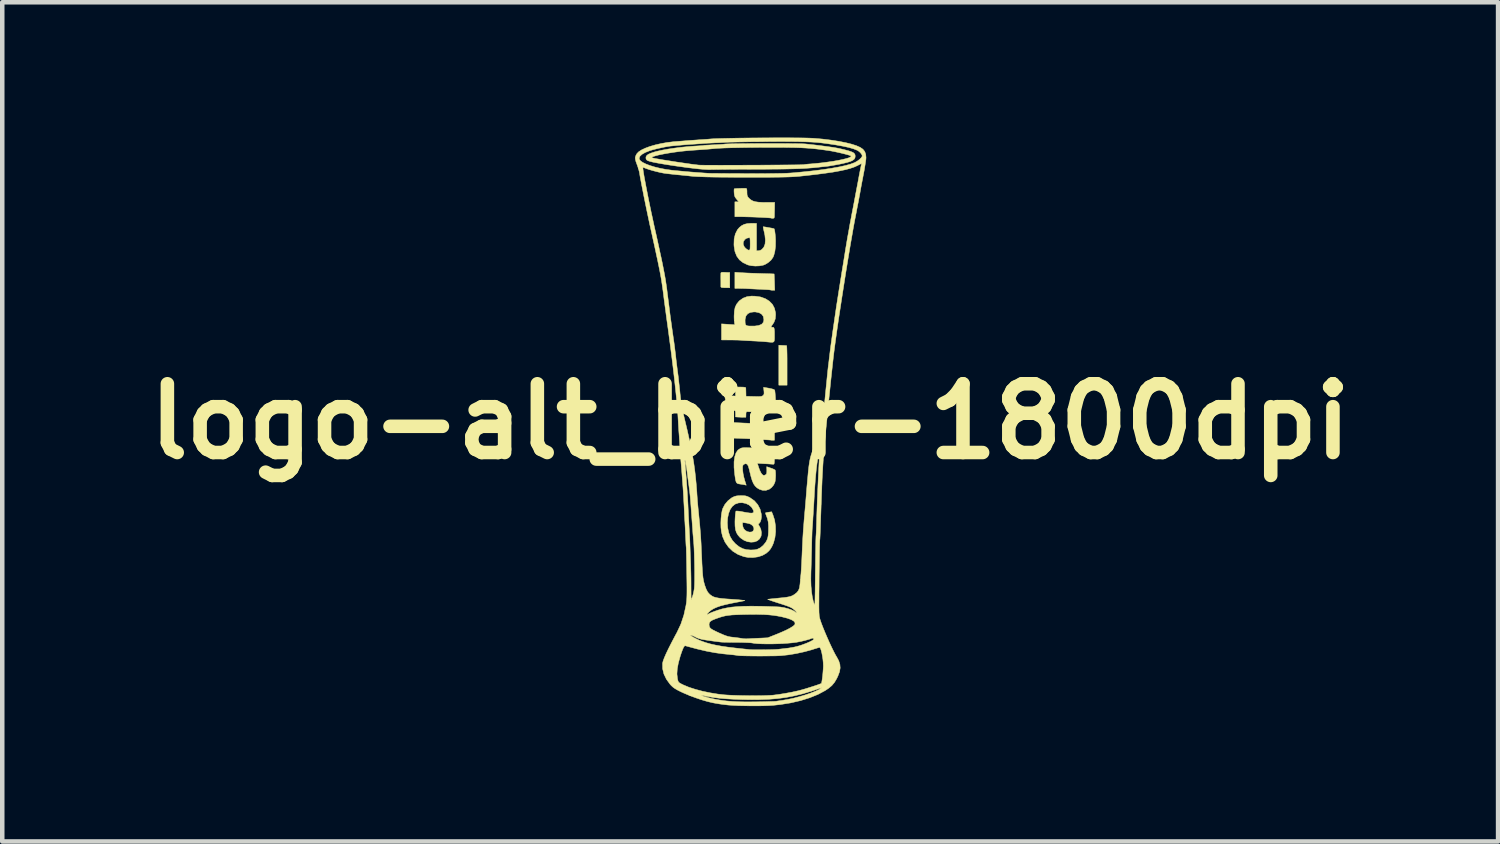
<source format=kicad_pcb>
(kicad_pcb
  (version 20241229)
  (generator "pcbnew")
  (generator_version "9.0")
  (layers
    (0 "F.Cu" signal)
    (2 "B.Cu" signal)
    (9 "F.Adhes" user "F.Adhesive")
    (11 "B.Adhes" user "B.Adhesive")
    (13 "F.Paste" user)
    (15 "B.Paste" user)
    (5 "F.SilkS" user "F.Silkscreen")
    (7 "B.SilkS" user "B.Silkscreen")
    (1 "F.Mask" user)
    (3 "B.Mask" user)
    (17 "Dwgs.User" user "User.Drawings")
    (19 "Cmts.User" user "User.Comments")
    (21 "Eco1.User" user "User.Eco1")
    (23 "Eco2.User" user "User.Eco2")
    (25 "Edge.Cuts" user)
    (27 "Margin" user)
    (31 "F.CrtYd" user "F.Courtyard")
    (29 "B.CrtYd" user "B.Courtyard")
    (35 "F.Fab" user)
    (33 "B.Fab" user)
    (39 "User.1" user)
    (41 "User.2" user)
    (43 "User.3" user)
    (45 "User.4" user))
  (footprint "logo-alt_bier-1800dpi"
    (layer "F.Cu")
    (at 13.578 6.291)
    (property "Reference" "logo-alt_bier-1800dpi" (at 0 0 0) (layer "F.SilkS") (effects (font (size 1.524 1.524) (thickness 0.3))))
    (attr through_hole)
    (fp_poly (pts (xy 0.716 -1.685) (xy 0.762 -1.683) (xy 0.796 -1.681) (xy 0.808 -1.68) (xy 0.81 -1.666) (xy 0.813 -1.628) (xy 0.815 -1.568) (xy 0.817 -1.49) (xy 0.818 -1.397) (xy 0.818 -1.293) (xy 0.818 -1.242) (xy 0.818 -0.804) (xy 0.635 -0.804) (xy 0.635 -1.689) (xy 0.716 -1.685)) (stroke (width 0.01) (type solid)) (fill yes) (layer "F.SilkS"))
    (fp_poly (pts (xy -0.55 -3.304) (xy -0.452 -3.3) (xy -0.452 -2.963) (xy -0.55 -2.963) (xy -0.608 -2.965) (xy -0.64 -2.971) (xy -0.65 -2.981) (xy -0.65 -3.009) (xy -0.65 -3.056) (xy -0.65 -3.113) (xy -0.651 -3.172) (xy -0.651 -3.226) (xy -0.65 -3.268) (xy -0.65 -3.288) (xy -0.644 -3.299) (xy -0.625 -3.305) (xy -0.587 -3.306) (xy -0.55 -3.304)) (stroke (width 0.01) (type solid)) (fill yes) (layer "F.SilkS"))
    (fp_poly (pts (xy -0.208 -3.297) (xy -0.153 -3.294) (xy -0.077 -3.29) (xy 0.014 -3.286) (xy 0.113 -3.283) (xy 0.214 -3.279) (xy 0.226 -3.279) (xy 0.315 -3.276) (xy 0.394 -3.274) (xy 0.459 -3.272) (xy 0.505 -3.27) (xy 0.529 -3.269) (xy 0.531 -3.269) (xy 0.532 -3.255) (xy 0.534 -3.218) (xy 0.536 -3.164) (xy 0.539 -3.097) (xy 0.539 -3.087) (xy 0.545 -2.907) (xy 0.5 -2.907) (xy 0.468 -2.909) (xy 0.45 -2.913) (xy 0.45 -2.913) (xy 0.434 -2.916) (xy 0.395 -2.92) (xy 0.338 -2.923) (xy 0.269 -2.927) (xy 0.232 -2.929) (xy 0.151 -2.932) (xy 0.074 -2.936) (xy 0.008 -2.939) (xy -0.039 -2.942) (xy -0.049 -2.942) (xy -0.1 -2.945) (xy -0.165 -2.947) (xy -0.229 -2.948) (xy -0.339 -2.949) (xy -0.339 -3.306) (xy -0.208 -3.297)) (stroke (width 0.01) (type solid)) (fill yes) (layer "F.SilkS"))
    (fp_poly (pts (xy -0.558 0.011) (xy -0.505 0.015) (xy -0.491 0.016) (xy -0.436 0.02) (xy -0.361 0.025) (xy -0.274 0.03) (xy -0.185 0.034) (xy -0.15 0.036) (xy -0.069 0.039) (xy 0.004 0.043) (xy 0.065 0.046) (xy 0.107 0.049) (xy 0.12 0.05) (xy 0.15 0.052) (xy 0.202 0.055) (xy 0.267 0.056) (xy 0.339 0.058) (xy 0.343 0.058) (xy 0.411 0.06) (xy 0.469 0.063) (xy 0.511 0.068) (xy 0.53 0.073) (xy 0.531 0.074) (xy 0.534 0.092) (xy 0.537 0.133) (xy 0.539 0.19) (xy 0.539 0.252) (xy 0.539 0.416) (xy 0.503 0.418) (xy 0.474 0.417) (xy 0.462 0.415) (xy 0.447 0.413) (xy 0.409 0.41) (xy 0.354 0.407) (xy 0.286 0.403) (xy 0.261 0.402) (xy 0.186 0.398) (xy 0.119 0.394) (xy 0.066 0.391) (xy 0.033 0.388) (xy 0.029 0.387) (xy 0.005 0.385) (xy -0.043 0.383) (xy -0.109 0.38) (xy -0.19 0.377) (xy -0.281 0.373) (xy -0.32 0.372) (xy -0.635 0.362) (xy -0.635 0.189) (xy -0.634 0.107) (xy -0.63 0.049) (xy -0.624 0.017) (xy -0.62 0.011) (xy -0.599 0.01) (xy -0.558 0.011)) (stroke (width 0.01) (type solid)) (fill yes) (layer "F.SilkS"))
    (fp_poly (pts (xy -0.101 -5.166) (xy -0.095 -5.166) (xy -0.081 -5.161) (xy -0.074 -5.143) (xy -0.071 -5.107) (xy -0.071 -5.078) (xy -0.069 -5.029) (xy -0.062 -4.996) (xy -0.046 -4.969) (xy -0.018 -4.939) (xy 0.019 -4.909) (xy 0.061 -4.886) (xy 0.114 -4.87) (xy 0.182 -4.86) (xy 0.27 -4.855) (xy 0.364 -4.854) (xy 0.543 -4.854) (xy 0.541 -4.71) (xy 0.539 -4.645) (xy 0.538 -4.589) (xy 0.537 -4.548) (xy 0.537 -4.533) (xy 0.529 -4.508) (xy 0.503 -4.501) (xy 0.475 -4.504) (xy 0.464 -4.507) (xy 0.449 -4.51) (xy 0.409 -4.513) (xy 0.351 -4.517) (xy 0.278 -4.521) (xy 0.196 -4.525) (xy 0.109 -4.529) (xy 0.022 -4.532) (xy -0.061 -4.534) (xy -0.135 -4.536) (xy -0.194 -4.537) (xy -0.339 -4.537) (xy -0.339 -4.703) (xy -0.339 -4.868) (xy -0.249 -4.868) (xy -0.285 -4.907) (xy -0.314 -4.943) (xy -0.337 -4.977) (xy -0.338 -4.98) (xy -0.347 -5.008) (xy -0.354 -5.05) (xy -0.357 -5.096) (xy -0.357 -5.134) (xy -0.352 -5.156) (xy -0.351 -5.157) (xy -0.336 -5.159) (xy -0.3 -5.162) (xy -0.251 -5.164) (xy -0.196 -5.166) (xy -0.143 -5.166) (xy -0.101 -5.166)) (stroke (width 0.01) (type solid)) (fill yes) (layer "F.SilkS"))
    (fp_poly (pts (xy -0.149 -0.76) (xy -0.112 -0.755) (xy -0.098 -0.746) (xy -0.097 -0.744) (xy -0.096 -0.721) (xy -0.095 -0.68) (xy -0.094 -0.642) (xy -0.092 -0.557) (xy 0.082 -0.553) (xy 0.157 -0.551) (xy 0.209 -0.552) (xy 0.244 -0.555) (xy 0.266 -0.562) (xy 0.282 -0.572) (xy 0.285 -0.574) (xy 0.302 -0.593) (xy 0.308 -0.619) (xy 0.307 -0.659) (xy 0.305 -0.678) (xy 0.297 -0.756) (xy 0.416 -0.736) (xy 0.485 -0.721) (xy 0.528 -0.707) (xy 0.544 -0.693) (xy 0.548 -0.67) (xy 0.553 -0.626) (xy 0.557 -0.568) (xy 0.56 -0.522) (xy 0.562 -0.454) (xy 0.562 -0.406) (xy 0.558 -0.371) (xy 0.548 -0.341) (xy 0.534 -0.31) (xy 0.51 -0.27) (xy 0.484 -0.24) (xy 0.451 -0.22) (xy 0.407 -0.208) (xy 0.348 -0.202) (xy 0.268 -0.202) (xy 0.191 -0.205) (xy 0.113 -0.208) (xy 0.044 -0.212) (xy -0.012 -0.214) (xy -0.049 -0.216) (xy -0.056 -0.216) (xy -0.078 -0.215) (xy -0.089 -0.203) (xy -0.093 -0.173) (xy -0.093 -0.155) (xy -0.095 -0.092) (xy -0.15 -0.092) (xy -0.202 -0.093) (xy -0.258 -0.096) (xy -0.265 -0.096) (xy -0.325 -0.1) (xy -0.325 -0.17) (xy -0.326 -0.213) (xy -0.333 -0.234) (xy -0.348 -0.24) (xy -0.349 -0.24) (xy -0.39 -0.243) (xy -0.435 -0.25) (xy -0.473 -0.257) (xy -0.494 -0.265) (xy -0.495 -0.266) (xy -0.501 -0.282) (xy -0.511 -0.319) (xy -0.523 -0.369) (xy -0.536 -0.425) (xy -0.548 -0.48) (xy -0.558 -0.528) (xy -0.564 -0.56) (xy -0.565 -0.568) (xy -0.552 -0.572) (xy -0.517 -0.574) (xy -0.467 -0.572) (xy -0.445 -0.57) (xy -0.325 -0.562) (xy -0.325 -0.762) (xy -0.212 -0.762) (xy -0.149 -0.76)) (stroke (width 0.01) (type solid)) (fill yes) (layer "F.SilkS"))
    (fp_poly (pts (xy 0.095 -4.39) (xy 0.141 -4.389) (xy 0.141 -3.782) (xy 0.182 -3.782) (xy 0.222 -3.791) (xy 0.257 -3.81) (xy 0.303 -3.862) (xy 0.33 -3.932) (xy 0.337 -4.021) (xy 0.326 -4.129) (xy 0.311 -4.198) (xy 0.299 -4.25) (xy 0.291 -4.291) (xy 0.288 -4.312) (xy 0.288 -4.314) (xy 0.302 -4.314) (xy 0.337 -4.309) (xy 0.383 -4.301) (xy 0.433 -4.292) (xy 0.48 -4.284) (xy 0.515 -4.276) (xy 0.531 -4.271) (xy 0.531 -4.271) (xy 0.539 -4.25) (xy 0.547 -4.207) (xy 0.554 -4.149) (xy 0.56 -4.081) (xy 0.563 -4.01) (xy 0.563 -4.002) (xy 0.561 -3.88) (xy 0.548 -3.772) (xy 0.525 -3.683) (xy 0.507 -3.639) (xy 0.464 -3.578) (xy 0.401 -3.522) (xy 0.33 -3.479) (xy 0.291 -3.464) (xy 0.208 -3.448) (xy 0.114 -3.444) (xy 0.022 -3.452) (xy -0.052 -3.469) (xy -0.155 -3.517) (xy -0.237 -3.581) (xy -0.297 -3.663) (xy -0.337 -3.763) (xy -0.357 -3.884) (xy -0.359 -3.916) (xy -0.359 -3.929) (xy -0.155 -3.929) (xy -0.133 -3.875) (xy -0.107 -3.844) (xy -0.073 -3.815) (xy -0.041 -3.798) (xy -0.03 -3.796) (xy -0.016 -3.798) (xy -0.008 -3.806) (xy -0.003 -3.826) (xy -0.001 -3.863) (xy -0.000011 -3.922) (xy 0 -3.939) (xy -0.001 -4.003) (xy -0.003 -4.044) (xy -0.007 -4.066) (xy -0.014 -4.074) (xy -0.022 -4.073) (xy -0.055 -4.065) (xy -0.065 -4.064) (xy -0.089 -4.055) (xy -0.118 -4.032) (xy -0.121 -4.029) (xy -0.151 -3.982) (xy -0.155 -3.929) (xy -0.359 -3.929) (xy -0.355 -4.045) (xy -0.329 -4.155) (xy -0.283 -4.247) (xy -0.238 -4.3) (xy -0.186 -4.341) (xy -0.13 -4.369) (xy -0.063 -4.385) (xy 0.022 -4.391) (xy 0.095 -4.39)) (stroke (width 0.01) (type solid)) (fill yes) (layer "F.SilkS"))
    (fp_poly (pts (xy 0.105 -2.776) (xy 0.229 -2.759) (xy 0.336 -2.721) (xy 0.424 -2.666) (xy 0.493 -2.595) (xy 0.539 -2.508) (xy 0.562 -2.409) (xy 0.564 -2.363) (xy 0.556 -2.273) (xy 0.528 -2.197) (xy 0.491 -2.141) (xy 0.468 -2.108) (xy 0.466 -2.09) (xy 0.486 -2.086) (xy 0.503 -2.087) (xy 0.519 -2.084) (xy 0.529 -2.069) (xy 0.535 -2.038) (xy 0.539 -1.986) (xy 0.539 -1.91) (xy 0.539 -1.907) (xy 0.539 -1.841) (xy 0.536 -1.796) (xy 0.527 -1.769) (xy 0.506 -1.756) (xy 0.469 -1.754) (xy 0.411 -1.759) (xy 0.36 -1.764) (xy 0.304 -1.769) (xy 0.229 -1.774) (xy 0.142 -1.78) (xy 0.054 -1.784) (xy 0.028 -1.786) (xy -0.049 -1.789) (xy -0.117 -1.793) (xy -0.17 -1.796) (xy -0.204 -1.799) (xy -0.212 -1.8) (xy -0.233 -1.801) (xy -0.277 -1.803) (xy -0.337 -1.804) (xy -0.409 -1.805) (xy -0.434 -1.805) (xy -0.635 -1.806) (xy -0.635 -2.162) (xy -0.485 -2.152) (xy -0.336 -2.142) (xy -0.346 -2.173) (xy -0.35 -2.201) (xy -0.353 -2.241) (xy -0.113 -2.241) (xy -0.111 -2.182) (xy -0.103 -2.145) (xy -0.084 -2.126) (xy -0.05 -2.117) (xy -0.009 -2.114) (xy 0.101 -2.114) (xy 0.187 -2.126) (xy 0.247 -2.15) (xy 0.267 -2.165) (xy 0.293 -2.2) (xy 0.303 -2.243) (xy 0.303 -2.264) (xy 0.291 -2.327) (xy 0.256 -2.376) (xy 0.199 -2.409) (xy 0.121 -2.426) (xy 0.084 -2.427) (xy 0.005 -2.417) (xy -0.054 -2.387) (xy -0.093 -2.338) (xy -0.111 -2.27) (xy -0.113 -2.241) (xy -0.353 -2.241) (xy -0.354 -2.249) (xy -0.356 -2.308) (xy -0.356 -2.341) (xy -0.35 -2.446) (xy -0.333 -2.531) (xy -0.3 -2.6) (xy -0.251 -2.661) (xy -0.229 -2.682) (xy -0.155 -2.733) (xy -0.071 -2.765) (xy 0.028 -2.778) (xy 0.105 -2.776)) (stroke (width 0.01) (type solid)) (fill yes) (layer "F.SilkS"))
    (fp_poly (pts (xy -0.041 0.583) (xy 0.013 0.586) (xy 0.081 0.59) (xy 0.138 0.594) (xy 0.179 0.598) (xy 0.198 0.601) (xy 0.199 0.601) (xy 0.215 0.603) (xy 0.254 0.605) (xy 0.309 0.607) (xy 0.372 0.609) (xy 0.443 0.611) (xy 0.492 0.614) (xy 0.52 0.619) (xy 0.534 0.626) (xy 0.537 0.634) (xy 0.537 0.657) (xy 0.538 0.701) (xy 0.538 0.759) (xy 0.538 0.804) (xy 0.537 0.871) (xy 0.535 0.914) (xy 0.531 0.938) (xy 0.524 0.948) (xy 0.513 0.95) (xy 0.513 0.95) (xy 0.489 0.948) (xy 0.444 0.945) (xy 0.384 0.941) (xy 0.323 0.938) (xy 0.159 0.928) (xy 0.193 1.032) (xy 0.214 1.087) (xy 0.238 1.136) (xy 0.259 1.168) (xy 0.261 1.17) (xy 0.288 1.193) (xy 0.31 1.196) (xy 0.331 1.188) (xy 0.353 1.175) (xy 0.365 1.154) (xy 0.369 1.119) (xy 0.369 1.064) (xy 0.368 1.056) (xy 0.366 1.003) (xy 0.454 1.033) (xy 0.501 1.05) (xy 0.537 1.067) (xy 0.554 1.078) (xy 0.56 1.103) (xy 0.563 1.147) (xy 0.564 1.202) (xy 0.561 1.259) (xy 0.556 1.311) (xy 0.55 1.344) (xy 0.521 1.408) (xy 0.474 1.465) (xy 0.423 1.503) (xy 0.347 1.529) (xy 0.27 1.526) (xy 0.201 1.502) (xy 0.151 1.471) (xy 0.11 1.432) (xy 0.075 1.381) (xy 0.045 1.312) (xy 0.018 1.223) (xy -0.007 1.122) (xy -0.02 1.066) (xy -0.034 1.017) (xy -0.044 0.985) (xy -0.069 0.948) (xy -0.103 0.936) (xy -0.139 0.951) (xy -0.144 0.955) (xy -0.159 0.971) (xy -0.166 0.992) (xy -0.168 1.025) (xy -0.166 1.078) (xy -0.165 1.087) (xy -0.157 1.155) (xy -0.141 1.233) (xy -0.122 1.303) (xy -0.087 1.414) (xy -0.118 1.406) (xy -0.149 1.4) (xy -0.195 1.393) (xy -0.223 1.389) (xy -0.259 1.383) (xy -0.285 1.374) (xy -0.303 1.357) (xy -0.316 1.327) (xy -0.327 1.281) (xy -0.337 1.213) (xy -0.342 1.175) (xy -0.357 1.023) (xy -0.357 0.893) (xy -0.342 0.784) (xy -0.314 0.698) (xy -0.272 0.636) (xy -0.216 0.598) (xy -0.188 0.588) (xy -0.153 0.583) (xy -0.106 0.582) (xy -0.041 0.583)) (stroke (width 0.01) (type solid)) (fill yes) (layer "F.SilkS"))
    (fp_poly (pts (xy -0.144 1.646) (xy -0.1 1.651) (xy -0.061 1.663) (xy -0.015 1.685) (xy -0.002 1.692) (xy 0.093 1.759) (xy 0.168 1.845) (xy 0.22 1.945) (xy 0.247 2.054) (xy 0.25 2.117) (xy 0.241 2.178) (xy 0.224 2.228) (xy 0.201 2.259) (xy 0.199 2.26) (xy 0.184 2.272) (xy 0.183 2.286) (xy 0.197 2.311) (xy 0.206 2.324) (xy 0.237 2.391) (xy 0.25 2.466) (xy 0.243 2.537) (xy 0.24 2.546) (xy 0.207 2.605) (xy 0.157 2.647) (xy 0.093 2.671) (xy 0.02 2.677) (xy -0.058 2.666) (xy -0.135 2.636) (xy -0.207 2.587) (xy -0.228 2.569) (xy -0.272 2.518) (xy -0.304 2.464) (xy -0.325 2.4) (xy -0.335 2.321) (xy -0.336 2.285) (xy -0.169 2.285) (xy -0.162 2.33) (xy -0.147 2.372) (xy -0.115 2.411) (xy -0.07 2.439) (xy -0.019 2.453) (xy 0.028 2.451) (xy 0.062 2.433) (xy 0.083 2.395) (xy 0.08 2.352) (xy 0.056 2.311) (xy 0.016 2.28) (xy -0.022 2.266) (xy -0.073 2.254) (xy -0.097 2.25) (xy -0.169 2.24) (xy -0.169 2.285) (xy -0.336 2.285) (xy -0.337 2.223) (xy -0.335 2.168) (xy -0.331 2.102) (xy -0.326 2.046) (xy -0.32 2.006) (xy -0.315 1.988) (xy -0.296 1.986) (xy -0.257 1.989) (xy -0.201 1.997) (xy -0.162 2.005) (xy -0.07 2.022) (xy -0.003 2.031) (xy 0.042 2.032) (xy 0.068 2.023) (xy 0.077 2.005) (xy 0.073 1.976) (xy 0.068 1.963) (xy 0.03 1.9) (xy -0.027 1.851) (xy -0.098 1.818) (xy -0.176 1.802) (xy -0.256 1.806) (xy -0.331 1.832) (xy -0.338 1.836) (xy -0.397 1.884) (xy -0.444 1.953) (xy -0.478 2.04) (xy -0.499 2.139) (xy -0.506 2.245) (xy -0.499 2.355) (xy -0.476 2.464) (xy -0.443 2.555) (xy -0.394 2.637) (xy -0.326 2.713) (xy -0.246 2.777) (xy -0.163 2.821) (xy -0.162 2.821) (xy -0.081 2.842) (xy 0.012 2.85) (xy 0.102 2.846) (xy 0.157 2.834) (xy 0.225 2.801) (xy 0.289 2.748) (xy 0.344 2.68) (xy 0.363 2.648) (xy 0.38 2.609) (xy 0.392 2.57) (xy 0.4 2.523) (xy 0.405 2.459) (xy 0.406 2.424) (xy 0.407 2.317) (xy 0.4 2.229) (xy 0.382 2.152) (xy 0.357 2.085) (xy 0.344 2.051) (xy 0.339 2.029) (xy 0.34 2.027) (xy 0.356 2.022) (xy 0.391 2.015) (xy 0.411 2.012) (xy 0.476 2.003) (xy 0.504 2.07) (xy 0.542 2.187) (xy 0.561 2.315) (xy 0.564 2.447) (xy 0.549 2.576) (xy 0.517 2.694) (xy 0.487 2.763) (xy 0.452 2.824) (xy 0.415 2.87) (xy 0.368 2.912) (xy 0.35 2.926) (xy 0.27 2.971) (xy 0.172 3.002) (xy 0.065 3.017) (xy -0.044 3.015) (xy -0.137 2.998) (xy -0.269 2.949) (xy -0.384 2.878) (xy -0.48 2.786) (xy -0.557 2.677) (xy -0.612 2.551) (xy -0.638 2.44) (xy -0.648 2.352) (xy -0.65 2.253) (xy -0.646 2.151) (xy -0.636 2.055) (xy -0.621 1.973) (xy -0.608 1.931) (xy -0.561 1.841) (xy -0.494 1.761) (xy -0.416 1.698) (xy -0.39 1.683) (xy -0.345 1.662) (xy -0.301 1.651) (xy -0.248 1.646) (xy -0.205 1.645) (xy -0.144 1.646)) (stroke (width 0.01) (type solid)) (fill yes) (layer "F.SilkS"))
    (fp_poly (pts (xy 0.583 -6.16) (xy 0.716 -6.16) (xy 0.839 -6.159) (xy 0.951 -6.158) (xy 1.049 -6.157) (xy 1.128 -6.155) (xy 1.186 -6.153) (xy 1.221 -6.151) (xy 1.417 -6.13) (xy 1.586 -6.109) (xy 1.729 -6.09) (xy 1.848 -6.073) (xy 1.943 -6.056) (xy 1.99 -6.046) (xy 2.096 -6.021) (xy 2.179 -5.999) (xy 2.239 -5.979) (xy 2.282 -5.96) (xy 2.308 -5.939) (xy 2.323 -5.915) (xy 2.328 -5.887) (xy 2.328 -5.877) (xy 2.323 -5.842) (xy 2.305 -5.812) (xy 2.271 -5.786) (xy 2.22 -5.762) (xy 2.147 -5.74) (xy 2.051 -5.717) (xy 1.98 -5.702) (xy 1.899 -5.687) (xy 1.819 -5.673) (xy 1.75 -5.661) (xy 1.698 -5.654) (xy 1.686 -5.653) (xy 1.632 -5.647) (xy 1.563 -5.64) (xy 1.49 -5.632) (xy 1.468 -5.63) (xy 1.392 -5.622) (xy 1.315 -5.616) (xy 1.232 -5.61) (xy 1.142 -5.605) (xy 1.042 -5.601) (xy 0.929 -5.598) (xy 0.801 -5.595) (xy 0.656 -5.593) (xy 0.49 -5.592) (xy 0.302 -5.59) (xy 0.088 -5.59) (xy 0.051 -5.59) (xy -0.106 -5.589) (xy -0.254 -5.589) (xy -0.393 -5.588) (xy -0.518 -5.587) (xy -0.628 -5.586) (xy -0.72 -5.585) (xy -0.792 -5.584) (xy -0.841 -5.583) (xy -0.865 -5.583) (xy -0.867 -5.582) (xy -0.892 -5.581) (xy -0.939 -5.583) (xy -0.999 -5.586) (xy -1.051 -5.589) (xy -1.141 -5.597) (xy -1.247 -5.609) (xy -1.366 -5.623) (xy -1.491 -5.64) (xy -1.621 -5.658) (xy -1.749 -5.677) (xy -1.871 -5.696) (xy -1.984 -5.715) (xy -2.083 -5.733) (xy -2.163 -5.749) (xy -2.22 -5.763) (xy -2.226 -5.765) (xy -2.272 -5.781) (xy -2.297 -5.798) (xy -2.309 -5.822) (xy -2.309 -5.824) (xy -2.31 -5.85) (xy -2.182 -5.85) (xy -2.165 -5.842) (xy -2.139 -5.835) (xy -2.09 -5.825) (xy -2.02 -5.813) (xy -1.935 -5.798) (xy -1.838 -5.783) (xy -1.733 -5.766) (xy -1.625 -5.749) (xy -1.516 -5.733) (xy -1.412 -5.718) (xy -1.316 -5.704) (xy -1.232 -5.693) (xy -1.164 -5.685) (xy -1.136 -5.682) (xy -1.11 -5.681) (xy -1.06 -5.68) (xy -0.987 -5.679) (xy -0.894 -5.679) (xy -0.784 -5.679) (xy -0.659 -5.678) (xy -0.522 -5.679) (xy -0.376 -5.679) (xy -0.223 -5.679) (xy -0.067 -5.68) (xy 0.092 -5.68) (xy 0.249 -5.681) (xy 0.402 -5.682) (xy 0.549 -5.683) (xy 0.686 -5.684) (xy 0.812 -5.685) (xy 0.924 -5.686) (xy 1.019 -5.687) (xy 1.094 -5.688) (xy 1.147 -5.69) (xy 1.175 -5.691) (xy 1.178 -5.691) (xy 1.213 -5.696) (xy 1.265 -5.702) (xy 1.325 -5.707) (xy 1.333 -5.707) (xy 1.468 -5.719) (xy 1.599 -5.733) (xy 1.726 -5.75) (xy 1.844 -5.767) (xy 1.952 -5.786) (xy 2.046 -5.806) (xy 2.125 -5.825) (xy 2.185 -5.843) (xy 2.223 -5.861) (xy 2.238 -5.877) (xy 2.235 -5.885) (xy 2.215 -5.894) (xy 2.172 -5.908) (xy 2.112 -5.924) (xy 2.041 -5.942) (xy 1.963 -5.96) (xy 1.884 -5.977) (xy 1.809 -5.992) (xy 1.743 -6.003) (xy 1.743 -6.003) (xy 1.629 -6.019) (xy 1.525 -6.033) (xy 1.426 -6.044) (xy 1.329 -6.053) (xy 1.228 -6.06) (xy 1.121 -6.066) (xy 1.003 -6.07) (xy 0.871 -6.072) (xy 0.72 -6.074) (xy 0.546 -6.074) (xy 0.466 -6.074) (xy 0.264 -6.074) (xy 0.071 -6.073) (xy -0.11 -6.071) (xy -0.278 -6.068) (xy -0.429 -6.065) (xy -0.561 -6.061) (xy -0.673 -6.056) (xy -0.76 -6.051) (xy -0.811 -6.046) (xy -0.853 -6.042) (xy -0.906 -6.037) (xy -0.973 -6.032) (xy -1.058 -6.026) (xy -1.165 -6.018) (xy -1.27 -6.011) (xy -1.404 -6) (xy -1.541 -5.986) (xy -1.677 -5.968) (xy -1.806 -5.948) (xy -1.925 -5.927) (xy -2.027 -5.906) (xy -2.11 -5.884) (xy -2.152 -5.87) (xy -2.179 -5.858) (xy -2.182 -5.85) (xy -2.31 -5.85) (xy -2.311 -5.859) (xy -2.296 -5.89) (xy -2.261 -5.919) (xy -2.204 -5.945) (xy -2.123 -5.972) (xy -2.053 -5.99) (xy -1.949 -6.013) (xy -1.824 -6.036) (xy -1.683 -6.057) (xy -1.535 -6.076) (xy -1.385 -6.091) (xy -1.24 -6.102) (xy -1.206 -6.104) (xy -1.14 -6.108) (xy -1.085 -6.112) (xy -1.046 -6.115) (xy -1.03 -6.118) (xy -1.03 -6.118) (xy -1.014 -6.12) (xy -0.975 -6.123) (xy -0.918 -6.126) (xy -0.848 -6.13) (xy -0.811 -6.131) (xy -0.734 -6.135) (xy -0.664 -6.139) (xy -0.608 -6.143) (xy -0.572 -6.147) (xy -0.564 -6.148) (xy -0.54 -6.15) (xy -0.49 -6.152) (xy -0.418 -6.154) (xy -0.327 -6.156) (xy -0.22 -6.157) (xy -0.101 -6.158) (xy 0.029 -6.159) (xy 0.165 -6.16) (xy 0.305 -6.16) (xy 0.445 -6.16) (xy 0.583 -6.16)) (stroke (width 0.01) (type solid)) (fill yes) (layer "F.SilkS"))
    (fp_poly (pts (xy 0.86 -6.286) (xy 1.003 -6.285) (xy 1.131 -6.284) (xy 1.243 -6.282) (xy 1.334 -6.279) (xy 1.403 -6.276) (xy 1.411 -6.275) (xy 1.6 -6.259) (xy 1.788 -6.236) (xy 1.968 -6.208) (xy 2.132 -6.175) (xy 2.245 -6.147) (xy 2.354 -6.112) (xy 2.438 -6.075) (xy 2.499 -6.033) (xy 2.539 -5.983) (xy 2.561 -5.923) (xy 2.568 -5.852) (xy 2.568 -5.851) (xy 2.566 -5.813) (xy 2.558 -5.753) (xy 2.546 -5.677) (xy 2.532 -5.59) (xy 2.515 -5.498) (xy 2.512 -5.486) (xy 2.494 -5.389) (xy 2.475 -5.292) (xy 2.458 -5.201) (xy 2.444 -5.123) (xy 2.434 -5.066) (xy 2.434 -5.066) (xy 2.424 -5.011) (xy 2.41 -4.936) (xy 2.393 -4.845) (xy 2.373 -4.746) (xy 2.354 -4.644) (xy 2.348 -4.614) (xy 2.321 -4.477) (xy 2.291 -4.316) (xy 2.259 -4.133) (xy 2.224 -3.933) (xy 2.188 -3.718) (xy 2.151 -3.493) (xy 2.113 -3.26) (xy 2.076 -3.024) (xy 2.039 -2.787) (xy 2.003 -2.553) (xy 1.968 -2.326) (xy 1.936 -2.108) (xy 1.907 -1.904) (xy 1.881 -1.716) (xy 1.859 -1.549) (xy 1.856 -1.524) (xy 1.846 -1.441) (xy 1.834 -1.334) (xy 1.82 -1.207) (xy 1.804 -1.062) (xy 1.787 -0.904) (xy 1.77 -0.736) (xy 1.752 -0.563) (xy 1.734 -0.388) (xy 1.717 -0.214) (xy 1.701 -0.046) (xy 1.685 0.114) (xy 1.671 0.26) (xy 1.665 0.325) (xy 1.657 0.421) (xy 1.648 0.512) (xy 1.641 0.593) (xy 1.635 0.658) (xy 1.631 0.702) (xy 1.63 0.713) (xy 1.626 0.759) (xy 1.622 0.823) (xy 1.617 0.893) (xy 1.616 0.917) (xy 1.611 0.992) (xy 1.607 1.072) (xy 1.603 1.143) (xy 1.602 1.157) (xy 1.599 1.211) (xy 1.595 1.284) (xy 1.592 1.368) (xy 1.588 1.454) (xy 1.588 1.475) (xy 1.584 1.568) (xy 1.58 1.67) (xy 1.577 1.768) (xy 1.574 1.85) (xy 1.573 1.856) (xy 1.571 1.926) (xy 1.568 2.016) (xy 1.564 2.118) (xy 1.561 2.223) (xy 1.558 2.307) (xy 1.555 2.397) (xy 1.552 2.48) (xy 1.549 2.551) (xy 1.546 2.606) (xy 1.543 2.637) (xy 1.543 2.639) (xy 1.542 2.662) (xy 1.54 2.71) (xy 1.538 2.782) (xy 1.536 2.873) (xy 1.535 2.982) (xy 1.533 3.105) (xy 1.531 3.241) (xy 1.529 3.385) (xy 1.528 3.493) (xy 1.527 3.664) (xy 1.525 3.809) (xy 1.525 3.931) (xy 1.524 4.032) (xy 1.524 4.115) (xy 1.525 4.181) (xy 1.526 4.234) (xy 1.529 4.275) (xy 1.531 4.308) (xy 1.535 4.333) (xy 1.54 4.355) (xy 1.545 4.375) (xy 1.549 4.389) (xy 1.576 4.469) (xy 1.613 4.565) (xy 1.657 4.673) (xy 1.706 4.787) (xy 1.756 4.9) (xy 1.806 5.007) (xy 1.853 5.103) (xy 1.894 5.181) (xy 1.916 5.217) (xy 1.963 5.305) (xy 1.989 5.386) (xy 1.995 5.465) (xy 1.981 5.549) (xy 1.945 5.644) (xy 1.918 5.701) (xy 1.869 5.784) (xy 1.81 5.855) (xy 1.734 5.918) (xy 1.662 5.966) (xy 1.503 6.051) (xy 1.32 6.125) (xy 1.118 6.188) (xy 0.899 6.239) (xy 0.667 6.276) (xy 0.508 6.293) (xy 0.411 6.299) (xy 0.293 6.303) (xy 0.16 6.305) (xy 0.02 6.305) (xy -0.121 6.303) (xy -0.257 6.3) (xy -0.379 6.294) (xy -0.482 6.287) (xy -0.501 6.285) (xy -0.588 6.275) (xy -0.683 6.262) (xy -0.772 6.247) (xy -0.831 6.236) (xy -0.945 6.209) (xy -1.075 6.171) (xy -1.211 6.125) (xy -1.346 6.075) (xy -1.352 6.072) (xy -1.082 6.072) (xy -1.073 6.079) (xy -1.041 6.09) (xy -0.994 6.105) (xy -0.935 6.121) (xy -0.872 6.137) (xy -0.808 6.151) (xy -0.769 6.159) (xy -0.65 6.18) (xy -0.528 6.196) (xy -0.398 6.207) (xy -0.257 6.214) (xy -0.098 6.217) (xy 0.083 6.216) (xy 0.127 6.216) (xy 0.233 6.214) (xy 0.331 6.212) (xy 0.418 6.209) (xy 0.49 6.207) (xy 0.542 6.205) (xy 0.57 6.203) (xy 0.572 6.203) (xy 0.606 6.198) (xy 0.658 6.19) (xy 0.717 6.182) (xy 0.727 6.18) (xy 0.84 6.161) (xy 0.962 6.135) (xy 1.087 6.102) (xy 1.21 6.066) (xy 1.324 6.028) (xy 1.426 5.989) (xy 1.509 5.952) (xy 1.553 5.927) (xy 1.576 5.91) (xy 1.58 5.904) (xy 1.573 5.906) (xy 1.361 5.978) (xy 1.165 6.037) (xy 0.978 6.083) (xy 0.794 6.118) (xy 0.607 6.143) (xy 0.41 6.159) (xy 0.197 6.167) (xy 0.035 6.168) (xy -0.16 6.166) (xy -0.346 6.159) (xy -0.52 6.149) (xy -0.678 6.136) (xy -0.815 6.119) (xy -0.929 6.099) (xy -0.947 6.096) (xy -1.004 6.084) (xy -1.049 6.075) (xy -1.076 6.072) (xy -1.082 6.072) (xy -1.352 6.072) (xy -1.471 6.022) (xy -1.545 5.988) (xy -1.617 5.951) (xy -1.67 5.92) (xy -1.711 5.89) (xy -1.748 5.856) (xy -1.777 5.824) (xy -1.856 5.715) (xy -1.911 5.601) (xy -1.912 5.598) (xy -1.623 5.598) (xy -1.612 5.699) (xy -1.607 5.725) (xy -1.598 5.756) (xy -1.586 5.778) (xy -1.566 5.796) (xy -1.531 5.816) (xy -1.477 5.843) (xy -1.476 5.843) (xy -1.356 5.893) (xy -1.213 5.939) (xy -1.055 5.981) (xy -0.887 6.016) (xy -0.715 6.044) (xy -0.577 6.06) (xy -0.49 6.066) (xy -0.384 6.071) (xy -0.265 6.075) (xy -0.137 6.078) (xy -0.006 6.079) (xy 0.123 6.08) (xy 0.244 6.079) (xy 0.353 6.076) (xy 0.443 6.072) (xy 0.505 6.068) (xy 0.638 6.051) (xy 0.786 6.027) (xy 0.936 5.999) (xy 1.076 5.968) (xy 1.101 5.961) (xy 1.15 5.948) (xy 1.213 5.93) (xy 1.284 5.908) (xy 1.357 5.885) (xy 1.428 5.862) (xy 1.491 5.841) (xy 1.54 5.823) (xy 1.571 5.811) (xy 1.578 5.807) (xy 1.585 5.788) (xy 1.592 5.747) (xy 1.6 5.691) (xy 1.608 5.625) (xy 1.614 5.555) (xy 1.619 5.489) (xy 1.622 5.431) (xy 1.622 5.412) (xy 1.619 5.344) (xy 1.612 5.271) (xy 1.601 5.199) (xy 1.588 5.131) (xy 1.573 5.073) (xy 1.558 5.031) (xy 1.544 5.01) (xy 1.537 5.008) (xy 1.516 5.014) (xy 1.474 5.027) (xy 1.418 5.044) (xy 1.363 5.062) (xy 1.2 5.106) (xy 1.023 5.145) (xy 0.847 5.174) (xy 0.691 5.191) (xy 0.637 5.194) (xy 0.563 5.197) (xy 0.474 5.198) (xy 0.374 5.199) (xy 0.267 5.2) (xy 0.159 5.2) (xy 0.054 5.199) (xy -0.045 5.198) (xy -0.132 5.196) (xy -0.203 5.194) (xy -0.253 5.191) (xy -0.275 5.188) (xy -0.315 5.182) (xy -0.367 5.175) (xy -0.388 5.173) (xy -0.432 5.169) (xy -0.495 5.162) (xy -0.566 5.155) (xy -0.614 5.15) (xy -0.781 5.127) (xy -0.968 5.092) (xy -1.174 5.044) (xy -1.394 4.985) (xy -1.44 4.972) (xy -1.456 4.978) (xy -1.475 5.005) (xy -1.498 5.056) (xy -1.526 5.132) (xy -1.551 5.207) (xy -1.592 5.355) (xy -1.616 5.485) (xy -1.623 5.598) (xy -1.912 5.598) (xy -1.94 5.484) (xy -1.942 5.369) (xy -1.941 5.357) (xy -1.929 5.309) (xy -1.903 5.239) (xy -1.863 5.147) (xy -1.81 5.036) (xy -1.744 4.906) (xy -1.667 4.759) (xy -1.653 4.734) (xy -1.326 4.734) (xy -1.314 4.749) (xy -1.281 4.772) (xy -1.233 4.799) (xy -1.176 4.828) (xy -1.114 4.856) (xy -1.072 4.872) (xy -0.978 4.905) (xy -0.878 4.933) (xy -0.767 4.958) (xy -0.643 4.981) (xy -0.502 5.002) (xy -0.338 5.022) (xy -0.191 5.038) (xy -0.125 5.045) (xy -0.067 5.051) (xy -0.025 5.056) (xy -0.007 5.058) (xy 0.026 5.06) (xy 0.082 5.062) (xy 0.154 5.062) (xy 0.237 5.062) (xy 0.325 5.061) (xy 0.411 5.06) (xy 0.491 5.058) (xy 0.559 5.055) (xy 0.607 5.052) (xy 0.621 5.051) (xy 0.687 5.043) (xy 0.758 5.035) (xy 0.797 5.03) (xy 0.857 5.023) (xy 0.927 5.011) (xy 0.986 5) (xy 1.049 4.985) (xy 1.12 4.964) (xy 1.192 4.938) (xy 1.262 4.911) (xy 1.323 4.884) (xy 1.372 4.859) (xy 1.403 4.839) (xy 1.411 4.827) (xy 1.4 4.807) (xy 1.374 4.804) (xy 1.357 4.811) (xy 1.324 4.824) (xy 1.27 4.84) (xy 1.203 4.858) (xy 1.13 4.875) (xy 1.059 4.889) (xy 1.023 4.896) (xy 0.937 4.907) (xy 0.835 4.916) (xy 0.722 4.924) (xy 0.602 4.929) (xy 0.482 4.932) (xy 0.366 4.932) (xy 0.259 4.93) (xy 0.166 4.926) (xy 0.092 4.919) (xy 0.055 4.913) (xy 0.021 4.908) (xy -0.036 4.904) (xy -0.11 4.901) (xy -0.196 4.898) (xy -0.288 4.897) (xy -0.305 4.897) (xy -0.397 4.897) (xy -0.483 4.896) (xy -0.558 4.895) (xy -0.616 4.893) (xy -0.652 4.891) (xy -0.656 4.89) (xy -0.777 4.875) (xy -0.872 4.862) (xy -0.948 4.851) (xy -1.005 4.842) (xy -1.05 4.834) (xy -1.084 4.827) (xy -1.111 4.82) (xy -1.122 4.817) (xy -1.165 4.802) (xy -1.197 4.789) (xy -1.206 4.783) (xy -1.227 4.771) (xy -1.259 4.757) (xy -1.292 4.743) (xy -1.318 4.735) (xy -1.326 4.734) (xy -1.653 4.734) (xy -1.623 4.678) (xy -1.54 4.502) (xy -0.911 4.502) (xy -0.907 4.534) (xy -0.9 4.558) (xy -0.886 4.579) (xy -0.861 4.601) (xy -0.822 4.624) (xy -0.764 4.653) (xy -0.685 4.69) (xy -0.675 4.694) (xy -0.598 4.728) (xy -0.538 4.751) (xy -0.487 4.767) (xy -0.437 4.777) (xy -0.378 4.784) (xy -0.367 4.785) (xy -0.302 4.793) (xy -0.242 4.801) (xy -0.196 4.808) (xy -0.183 4.811) (xy -0.138 4.817) (xy -0.084 4.819) (xy -0.064 4.818) (xy -0.022 4.816) (xy 0.039 4.812) (xy 0.113 4.809) (xy 0.191 4.805) (xy 0.198 4.805) (xy 0.388 4.796) (xy 0.605 4.71) (xy 0.718 4.662) (xy 0.816 4.617) (xy 0.894 4.575) (xy 0.952 4.538) (xy 0.986 4.507) (xy 0.993 4.495) (xy 0.993 4.459) (xy 0.965 4.425) (xy 0.909 4.393) (xy 0.827 4.363) (xy 0.718 4.335) (xy 0.708 4.332) (xy 0.609 4.313) (xy 0.513 4.298) (xy 0.414 4.288) (xy 0.306 4.281) (xy 0.185 4.278) (xy 0.046 4.277) (xy -0.086 4.279) (xy -0.214 4.282) (xy -0.318 4.286) (xy -0.403 4.29) (xy -0.475 4.298) (xy -0.539 4.307) (xy -0.599 4.321) (xy -0.659 4.338) (xy -0.726 4.361) (xy -0.768 4.376) (xy -0.837 4.404) (xy -0.882 4.432) (xy -0.905 4.463) (xy -0.911 4.502) (xy -1.54 4.502) (xy -1.536 4.493) (xy -1.47 4.295) (xy -1.424 4.085) (xy -1.417 4.043) (xy -1.411 4.002) (xy -1.407 3.958) (xy -1.404 3.909) (xy -1.402 3.851) (xy -1.401 3.78) (xy -1.401 3.693) (xy -1.402 3.586) (xy -1.404 3.457) (xy -1.405 3.38) (xy -1.407 3.256) (xy -1.409 3.14) (xy -1.411 3.035) (xy -1.413 2.944) (xy -1.415 2.87) (xy -1.416 2.818) (xy -1.418 2.789) (xy -1.418 2.787) (xy -1.421 2.758) (xy -1.424 2.707) (xy -1.427 2.64) (xy -1.431 2.565) (xy -1.432 2.54) (xy -1.435 2.457) (xy -1.439 2.376) (xy -1.443 2.305) (xy -1.446 2.251) (xy -1.446 2.244) (xy -1.45 2.191) (xy -1.454 2.121) (xy -1.458 2.042) (xy -1.46 1.983) (xy -1.465 1.875) (xy -1.471 1.774) (xy -1.476 1.675) (xy -1.482 1.574) (xy -1.489 1.467) (xy -1.498 1.351) (xy -1.508 1.222) (xy -1.519 1.075) (xy -1.533 0.907) (xy -1.537 0.861) (xy -1.45 0.861) (xy -1.447 0.889) (xy -1.442 0.929) (xy -1.437 0.984) (xy -1.433 1.037) (xy -1.417 1.254) (xy -1.403 1.443) (xy -1.392 1.606) (xy -1.384 1.744) (xy -1.378 1.858) (xy -1.377 1.884) (xy -1.372 1.992) (xy -1.367 2.095) (xy -1.361 2.2) (xy -1.355 2.317) (xy -1.348 2.441) (xy -1.346 2.478) (xy -1.343 2.52) (xy -1.341 2.571) (xy -1.338 2.634) (xy -1.335 2.712) (xy -1.332 2.806) (xy -1.328 2.922) (xy -1.323 3.06) (xy -1.319 3.168) (xy -1.317 3.253) (xy -1.314 3.357) (xy -1.312 3.47) (xy -1.311 3.583) (xy -1.311 3.669) (xy -1.309 3.958) (xy -1.282 3.89) (xy -1.266 3.84) (xy -1.251 3.776) (xy -1.24 3.713) (xy -1.236 3.667) (xy -1.233 3.597) (xy -1.231 3.508) (xy -1.231 3.404) (xy -1.231 3.291) (xy -1.233 3.172) (xy -1.236 3.052) (xy -1.239 2.936) (xy -1.243 2.829) (xy -1.248 2.734) (xy -1.254 2.656) (xy -1.254 2.653) (xy -1.261 2.574) (xy -1.269 2.488) (xy -1.274 2.411) (xy -1.276 2.385) (xy -1.289 2.206) (xy -1.3 2.054) (xy -1.309 1.925) (xy -1.317 1.818) (xy -1.324 1.73) (xy -1.33 1.66) (xy -1.336 1.604) (xy -1.341 1.562) (xy -1.341 1.559) (xy -1.362 1.392) (xy -1.381 1.251) (xy -1.396 1.134) (xy -1.409 1.041) (xy -1.42 0.97) (xy -1.428 0.919) (xy -1.435 0.886) (xy -1.439 0.872) (xy -1.448 0.855) (xy -1.45 0.861) (xy -1.537 0.861) (xy -1.545 0.762) (xy -1.548 0.713) (xy -1.553 0.646) (xy -1.557 0.574) (xy -1.559 0.543) (xy -1.563 0.472) (xy -1.568 0.402) (xy -1.572 0.344) (xy -1.573 0.325) (xy -1.581 0.221) (xy -1.589 0.095) (xy -1.597 -0.047) (xy -1.602 -0.134) (xy -1.609 -0.232) (xy -1.619 -0.354) (xy -1.632 -0.498) (xy -1.649 -0.66) (xy -1.668 -0.837) (xy -1.689 -1.025) (xy -1.712 -1.222) (xy -1.737 -1.424) (xy -1.763 -1.628) (xy -1.79 -1.83) (xy -1.813 -2.004) (xy -1.831 -2.135) (xy -1.851 -2.277) (xy -1.87 -2.422) (xy -1.889 -2.563) (xy -1.906 -2.69) (xy -1.919 -2.794) (xy -1.93 -2.88) (xy -1.941 -2.96) (xy -1.952 -3.036) (xy -1.963 -3.111) (xy -1.976 -3.188) (xy -1.991 -3.27) (xy -2.008 -3.359) (xy -2.028 -3.457) (xy -2.051 -3.569) (xy -2.079 -3.697) (xy -2.11 -3.843) (xy -2.147 -4.01) (xy -2.189 -4.201) (xy -2.201 -4.255) (xy -2.225 -4.362) (xy -2.25 -4.481) (xy -2.277 -4.608) (xy -2.304 -4.738) (xy -2.331 -4.87) (xy -2.357 -4.998) (xy -2.381 -5.12) (xy -2.403 -5.231) (xy -2.421 -5.327) (xy -2.436 -5.406) (xy -2.446 -5.464) (xy -2.449 -5.489) (xy -2.459 -5.538) (xy -2.477 -5.602) (xy -2.48 -5.612) (xy -2.378 -5.612) (xy -2.373 -5.57) (xy -2.363 -5.505) (xy -2.349 -5.421) (xy -2.33 -5.319) (xy -2.308 -5.203) (xy -2.283 -5.075) (xy -2.256 -4.937) (xy -2.226 -4.792) (xy -2.195 -4.642) (xy -2.162 -4.491) (xy -2.13 -4.341) (xy -2.097 -4.194) (xy -2.088 -4.156) (xy -2.061 -4.034) (xy -2.032 -3.902) (xy -2.003 -3.767) (xy -1.975 -3.639) (xy -1.951 -3.525) (xy -1.94 -3.471) (xy -1.921 -3.374) (xy -1.904 -3.288) (xy -1.889 -3.206) (xy -1.875 -3.124) (xy -1.862 -3.037) (xy -1.848 -2.94) (xy -1.834 -2.827) (xy -1.817 -2.695) (xy -1.806 -2.611) (xy -1.789 -2.475) (xy -1.773 -2.347) (xy -1.755 -2.218) (xy -1.736 -2.081) (xy -1.714 -1.927) (xy -1.702 -1.841) (xy -1.688 -1.748) (xy -1.675 -1.651) (xy -1.664 -1.56) (xy -1.654 -1.482) (xy -1.651 -1.453) (xy -1.642 -1.369) (xy -1.63 -1.273) (xy -1.619 -1.183) (xy -1.616 -1.157) (xy -1.607 -1.089) (xy -1.599 -1.031) (xy -1.592 -0.976) (xy -1.586 -0.919) (xy -1.579 -0.854) (xy -1.57 -0.777) (xy -1.56 -0.68) (xy -1.553 -0.607) (xy -1.538 -0.481) (xy -1.521 -0.365) (xy -1.499 -0.247) (xy -1.47 -0.119) (xy -1.455 -0.056) (xy -1.401 0.17) (xy -1.355 0.374) (xy -1.315 0.56) (xy -1.282 0.733) (xy -1.254 0.897) (xy -1.231 1.058) (xy -1.212 1.219) (xy -1.196 1.386) (xy -1.182 1.562) (xy -1.179 1.616) (xy -1.173 1.701) (xy -1.167 1.78) (xy -1.16 1.858) (xy -1.152 1.945) (xy -1.141 2.049) (xy -1.136 2.103) (xy -1.116 2.308) (xy -1.1 2.502) (xy -1.088 2.698) (xy -1.08 2.886) (xy -1.073 3.033) (xy -1.068 3.156) (xy -1.062 3.257) (xy -1.057 3.34) (xy -1.051 3.408) (xy -1.045 3.464) (xy -1.037 3.512) (xy -1.028 3.555) (xy -1.017 3.596) (xy -1.006 3.634) (xy -0.974 3.721) (xy -0.939 3.786) (xy -0.895 3.835) (xy -0.842 3.873) (xy -0.809 3.889) (xy -0.766 3.902) (xy -0.71 3.914) (xy -0.637 3.924) (xy -0.545 3.933) (xy -0.428 3.941) (xy -0.395 3.944) (xy -0.314 3.949) (xy -0.241 3.955) (xy -0.18 3.961) (xy -0.137 3.967) (xy -0.117 3.971) (xy -0.117 3.971) (xy -0.128 3.975) (xy -0.162 3.982) (xy -0.214 3.993) (xy -0.279 4.005) (xy -0.286 4.006) (xy -0.434 4.035) (xy -0.558 4.063) (xy -0.66 4.09) (xy -0.742 4.119) (xy -0.809 4.149) (xy -0.863 4.182) (xy -0.895 4.207) (xy -0.934 4.244) (xy -0.955 4.269) (xy -0.956 4.279) (xy -0.936 4.274) (xy -0.914 4.262) (xy -0.881 4.246) (xy -0.83 4.225) (xy -0.767 4.202) (xy -0.718 4.185) (xy -0.622 4.156) (xy -0.52 4.134) (xy -0.409 4.116) (xy -0.285 4.105) (xy -0.144 4.098) (xy 0.017 4.095) (xy 0.202 4.097) (xy 0.226 4.097) (xy 0.33 4.1) (xy 0.428 4.103) (xy 0.517 4.106) (xy 0.59 4.109) (xy 0.643 4.112) (xy 0.67 4.114) (xy 0.753 4.128) (xy 0.834 4.149) (xy 0.908 4.174) (xy 0.965 4.201) (xy 0.982 4.212) (xy 1.014 4.234) (xy 1.028 4.237) (xy 1.025 4.226) (xy 1.004 4.201) (xy 0.973 4.173) (xy 0.95 4.153) (xy 0.926 4.137) (xy 0.898 4.122) (xy 0.862 4.106) (xy 0.815 4.088) (xy 0.751 4.066) (xy 0.667 4.039) (xy 0.586 4.013) (xy 0.516 3.99) (xy 0.457 3.97) (xy 0.414 3.954) (xy 0.391 3.945) (xy 0.389 3.942) (xy 0.407 3.94) (xy 0.448 3.935) (xy 0.507 3.929) (xy 0.579 3.922) (xy 0.631 3.916) (xy 0.727 3.907) (xy 0.8 3.898) (xy 0.856 3.888) (xy 0.899 3.877) (xy 0.934 3.863) (xy 0.966 3.845) (xy 0.991 3.828) (xy 1.039 3.789) (xy 1.072 3.744) (xy 1.093 3.688) (xy 1.104 3.612) (xy 1.107 3.584) (xy 1.112 3.522) (xy 1.113 3.511) (xy 1.345 3.511) (xy 1.349 3.649) (xy 1.361 3.779) (xy 1.378 3.895) (xy 1.399 3.986) (xy 1.414 4.032) (xy 1.426 4.062) (xy 1.433 4.072) (xy 1.433 4.071) (xy 1.434 4.055) (xy 1.435 4.013) (xy 1.437 3.948) (xy 1.438 3.863) (xy 1.44 3.76) (xy 1.441 3.643) (xy 1.443 3.514) (xy 1.444 3.375) (xy 1.445 3.323) (xy 1.447 3.181) (xy 1.448 3.046) (xy 1.45 2.922) (xy 1.452 2.812) (xy 1.454 2.717) (xy 1.455 2.641) (xy 1.457 2.587) (xy 1.458 2.558) (xy 1.458 2.554) (xy 1.46 2.53) (xy 1.463 2.483) (xy 1.466 2.416) (xy 1.469 2.334) (xy 1.472 2.243) (xy 1.473 2.194) (xy 1.476 2.091) (xy 1.48 1.988) (xy 1.483 1.891) (xy 1.486 1.807) (xy 1.488 1.743) (xy 1.489 1.729) (xy 1.492 1.656) (xy 1.496 1.567) (xy 1.5 1.474) (xy 1.503 1.404) (xy 1.51 1.252) (xy 1.517 1.108) (xy 1.524 0.976) (xy 1.53 0.858) (xy 1.537 0.759) (xy 1.543 0.683) (xy 1.546 0.649) (xy 1.548 0.624) (xy 1.545 0.623) (xy 1.537 0.647) (xy 1.525 0.691) (xy 1.503 0.797) (xy 1.482 0.929) (xy 1.463 1.087) (xy 1.446 1.271) (xy 1.431 1.478) (xy 1.418 1.7) (xy 1.414 1.775) (xy 1.41 1.849) (xy 1.406 1.912) (xy 1.404 1.94) (xy 1.401 1.991) (xy 1.397 2.06) (xy 1.392 2.135) (xy 1.39 2.18) (xy 1.386 2.248) (xy 1.382 2.31) (xy 1.378 2.357) (xy 1.376 2.378) (xy 1.374 2.403) (xy 1.372 2.452) (xy 1.37 2.521) (xy 1.367 2.606) (xy 1.365 2.702) (xy 1.363 2.801) (xy 1.36 2.915) (xy 1.357 3.031) (xy 1.354 3.143) (xy 1.351 3.244) (xy 1.348 3.328) (xy 1.347 3.373) (xy 1.345 3.511) (xy 1.113 3.511) (xy 1.117 3.464) (xy 1.121 3.421) (xy 1.122 3.415) (xy 1.127 3.367) (xy 1.132 3.293) (xy 1.138 3.195) (xy 1.144 3.075) (xy 1.15 2.942) (xy 1.156 2.803) (xy 1.162 2.685) (xy 1.167 2.582) (xy 1.173 2.488) (xy 1.179 2.396) (xy 1.187 2.3) (xy 1.195 2.193) (xy 1.206 2.068) (xy 1.207 2.053) (xy 1.217 1.944) (xy 1.226 1.839) (xy 1.234 1.742) (xy 1.241 1.658) (xy 1.246 1.593) (xy 1.249 1.552) (xy 1.254 1.491) (xy 1.259 1.433) (xy 1.263 1.39) (xy 1.267 1.346) (xy 1.272 1.287) (xy 1.277 1.235) (xy 1.289 1.101) (xy 1.302 0.99) (xy 1.316 0.896) (xy 1.333 0.811) (xy 1.355 0.732) (xy 1.383 0.65) (xy 1.419 0.562) (xy 1.463 0.46) (xy 1.473 0.437) (xy 1.591 0.176) (xy 1.658 -0.5) (xy 1.671 -0.636) (xy 1.684 -0.764) (xy 1.696 -0.881) (xy 1.706 -0.985) (xy 1.715 -1.072) (xy 1.722 -1.14) (xy 1.727 -1.185) (xy 1.729 -1.205) (xy 1.729 -1.205) (xy 1.732 -1.23) (xy 1.738 -1.276) (xy 1.746 -1.338) (xy 1.754 -1.41) (xy 1.757 -1.432) (xy 1.77 -1.541) (xy 1.787 -1.674) (xy 1.808 -1.826) (xy 1.831 -1.993) (xy 1.857 -2.171) (xy 1.884 -2.356) (xy 1.911 -2.542) (xy 1.94 -2.727) (xy 1.968 -2.906) (xy 1.995 -3.074) (xy 1.997 -3.09) (xy 2.014 -3.192) (xy 2.033 -3.313) (xy 2.055 -3.445) (xy 2.077 -3.581) (xy 2.098 -3.712) (xy 2.11 -3.789) (xy 2.131 -3.914) (xy 2.155 -4.058) (xy 2.183 -4.211) (xy 2.21 -4.365) (xy 2.238 -4.511) (xy 2.257 -4.614) (xy 2.282 -4.741) (xy 2.308 -4.878) (xy 2.334 -5.016) (xy 2.359 -5.149) (xy 2.382 -5.268) (xy 2.399 -5.36) (xy 2.416 -5.452) (xy 2.432 -5.535) (xy 2.446 -5.606) (xy 2.457 -5.659) (xy 2.464 -5.691) (xy 2.466 -5.697) (xy 2.469 -5.709) (xy 2.466 -5.713) (xy 2.45 -5.708) (xy 2.418 -5.692) (xy 2.378 -5.671) (xy 2.307 -5.639) (xy 2.219 -5.609) (xy 2.112 -5.58) (xy 1.984 -5.553) (xy 1.835 -5.526) (xy 1.661 -5.501) (xy 1.463 -5.475) (xy 1.27 -5.453) (xy 1.215 -5.447) (xy 1.16 -5.441) (xy 1.15 -5.44) (xy 1.094 -5.434) (xy 1.037 -5.429) (xy 0.977 -5.425) (xy 0.909 -5.421) (xy 0.833 -5.418) (xy 0.745 -5.416) (xy 0.643 -5.414) (xy 0.524 -5.413) (xy 0.385 -5.412) (xy 0.225 -5.412) (xy 0.039 -5.412) (xy -0.028 -5.412) (xy -0.265 -5.412) (xy -0.474 -5.413) (xy -0.659 -5.414) (xy -0.82 -5.416) (xy -0.958 -5.419) (xy -1.076 -5.423) (xy -1.175 -5.427) (xy -1.256 -5.432) (xy -1.321 -5.438) (xy -1.341 -5.44) (xy -1.371 -5.444) (xy -1.424 -5.449) (xy -1.493 -5.456) (xy -1.572 -5.464) (xy -1.618 -5.468) (xy -1.703 -5.477) (xy -1.785 -5.486) (xy -1.857 -5.494) (xy -1.911 -5.502) (xy -1.929 -5.505) (xy -1.994 -5.518) (xy -2.069 -5.536) (xy -2.147 -5.556) (xy -2.22 -5.577) (xy -2.281 -5.597) (xy -2.322 -5.612) (xy -2.324 -5.613) (xy -2.356 -5.626) (xy -2.376 -5.629) (xy -2.377 -5.629) (xy -2.378 -5.612) (xy -2.48 -5.612) (xy -2.499 -5.67) (xy -2.508 -5.693) (xy -2.533 -5.762) (xy -2.545 -5.813) (xy -2.545 -5.838) (xy -2.46 -5.838) (xy -2.457 -5.81) (xy -2.431 -5.776) (xy -2.381 -5.74) (xy -2.309 -5.705) (xy -2.219 -5.671) (xy -2.114 -5.639) (xy -1.998 -5.611) (xy -1.873 -5.587) (xy -1.744 -5.569) (xy -1.736 -5.568) (xy -1.651 -5.559) (xy -1.55 -5.55) (xy -1.438 -5.539) (xy -1.321 -5.529) (xy -1.206 -5.52) (xy -1.098 -5.512) (xy -1.004 -5.505) (xy -0.928 -5.5) (xy -0.903 -5.499) (xy -0.872 -5.498) (xy -0.815 -5.497) (xy -0.736 -5.497) (xy -0.638 -5.496) (xy -0.523 -5.495) (xy -0.395 -5.494) (xy -0.257 -5.494) (xy -0.111 -5.493) (xy -0.042 -5.493) (xy 0.156 -5.492) (xy 0.328 -5.493) (xy 0.477 -5.494) (xy 0.605 -5.496) (xy 0.715 -5.498) (xy 0.809 -5.501) (xy 0.889 -5.506) (xy 0.958 -5.511) (xy 0.96 -5.511) (xy 1.203 -5.534) (xy 1.427 -5.558) (xy 1.632 -5.585) (xy 1.815 -5.613) (xy 1.976 -5.642) (xy 2.113 -5.672) (xy 2.224 -5.703) (xy 2.31 -5.735) (xy 2.331 -5.745) (xy 2.382 -5.775) (xy 2.428 -5.811) (xy 2.463 -5.846) (xy 2.482 -5.876) (xy 2.484 -5.884) (xy 2.472 -5.92) (xy 2.44 -5.96) (xy 2.397 -5.996) (xy 2.373 -6.01) (xy 2.295 -6.041) (xy 2.189 -6.072) (xy 2.055 -6.101) (xy 1.894 -6.13) (xy 1.705 -6.158) (xy 1.58 -6.174) (xy 1.481 -6.184) (xy 1.364 -6.192) (xy 1.227 -6.198) (xy 1.07 -6.202) (xy 0.89 -6.204) (xy 0.686 -6.205) (xy 0.457 -6.204) (xy 0.322 -6.202) (xy 0.178 -6.2) (xy 0.039 -6.199) (xy -0.09 -6.197) (xy -0.208 -6.195) (xy -0.31 -6.193) (xy -0.395 -6.191) (xy -0.458 -6.19) (xy -0.497 -6.188) (xy -0.501 -6.188) (xy -0.553 -6.186) (xy -0.624 -6.182) (xy -0.706 -6.178) (xy -0.79 -6.175) (xy -0.804 -6.174) (xy -0.883 -6.17) (xy -0.956 -6.167) (xy -1.016 -6.163) (xy -1.058 -6.16) (xy -1.065 -6.159) (xy -1.104 -6.156) (xy -1.162 -6.152) (xy -1.229 -6.147) (xy -1.263 -6.145) (xy -1.376 -6.138) (xy -1.509 -6.127) (xy -1.652 -6.114) (xy -1.769 -6.103) (xy -1.828 -6.094) (xy -1.906 -6.08) (xy -1.994 -6.061) (xy -2.082 -6.041) (xy -2.162 -6.02) (xy -2.225 -6.002) (xy -2.234 -5.998) (xy -2.327 -5.961) (xy -2.397 -5.921) (xy -2.442 -5.879) (xy -2.46 -5.838) (xy -2.545 -5.838) (xy -2.546 -5.854) (xy -2.534 -5.893) (xy -2.511 -5.935) (xy -2.472 -5.976) (xy -2.409 -6.017) (xy -2.324 -6.057) (xy -2.222 -6.095) (xy -2.105 -6.129) (xy -1.978 -6.158) (xy -1.844 -6.182) (xy -1.706 -6.199) (xy -1.679 -6.201) (xy -1.503 -6.215) (xy -1.353 -6.227) (xy -1.224 -6.236) (xy -1.113 -6.244) (xy -1.101 -6.244) (xy -1.033 -6.249) (xy -0.971 -6.253) (xy -0.922 -6.257) (xy -0.903 -6.259) (xy -0.852 -6.263) (xy -0.776 -6.267) (xy -0.678 -6.27) (xy -0.56 -6.273) (xy -0.427 -6.276) (xy -0.28 -6.279) (xy -0.123 -6.281) (xy 0.041 -6.283) (xy 0.209 -6.284) (xy 0.377 -6.285) (xy 0.544 -6.286) (xy 0.706 -6.286) (xy 0.86 -6.286)) (stroke (width 0.01) (type solid)) (fill yes) (layer "F.SilkS")))
  (gr_rect
    (start -3 -3)
    (end 30.156 15.602)
    (stroke (width 0.1) (type default))
    (fill no)
    (layer "Edge.Cuts")))
</source>
